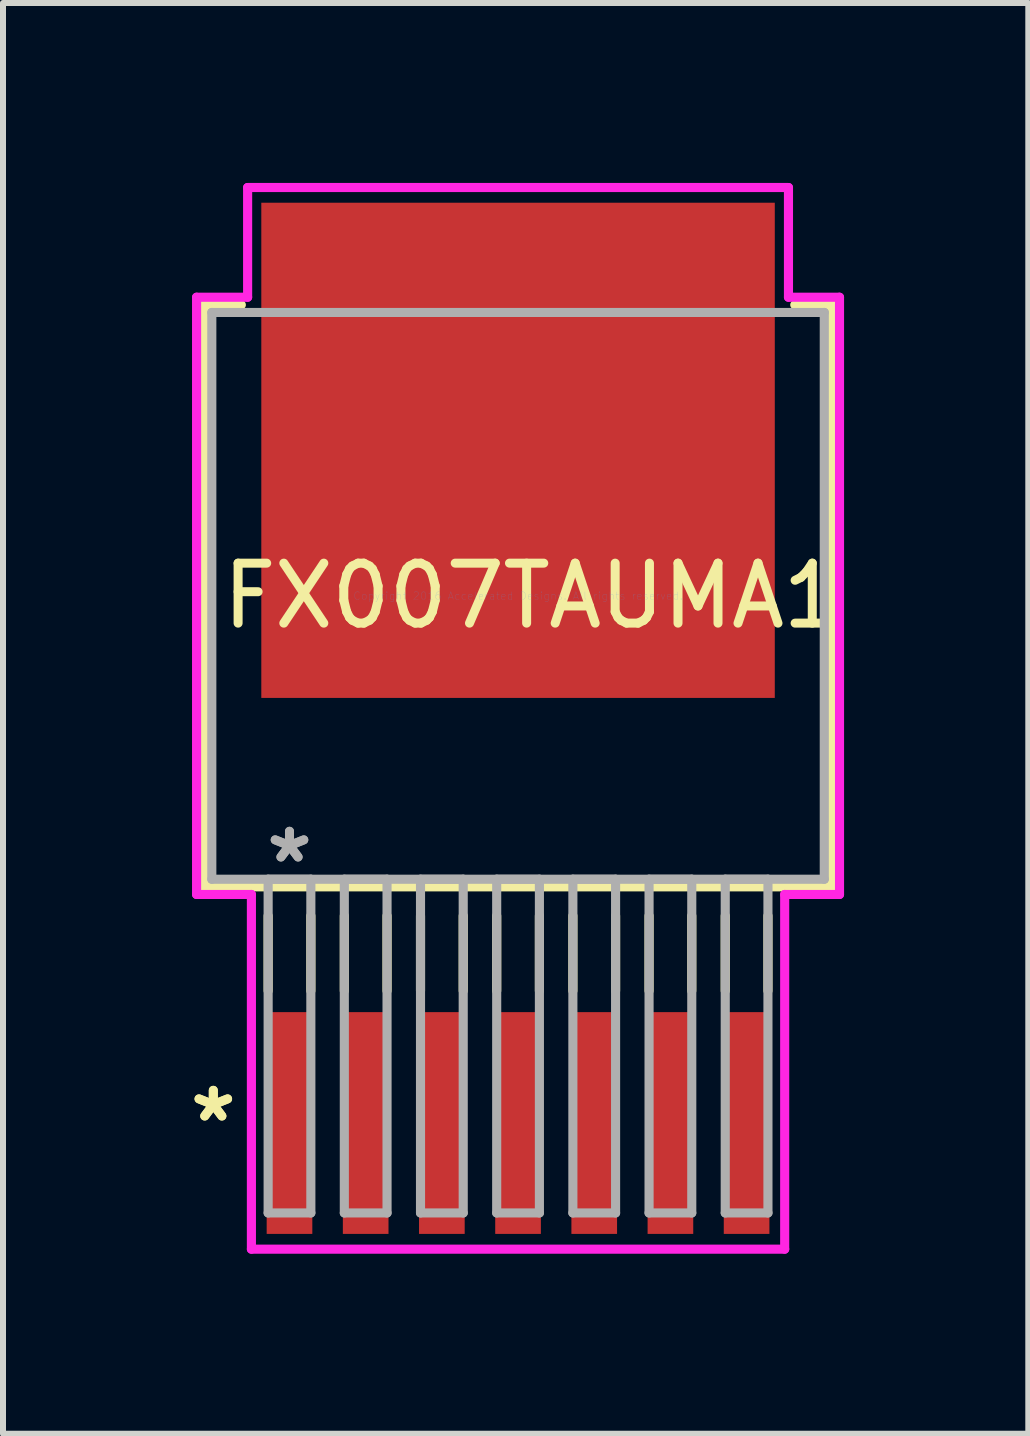
<source format=kicad_pcb>
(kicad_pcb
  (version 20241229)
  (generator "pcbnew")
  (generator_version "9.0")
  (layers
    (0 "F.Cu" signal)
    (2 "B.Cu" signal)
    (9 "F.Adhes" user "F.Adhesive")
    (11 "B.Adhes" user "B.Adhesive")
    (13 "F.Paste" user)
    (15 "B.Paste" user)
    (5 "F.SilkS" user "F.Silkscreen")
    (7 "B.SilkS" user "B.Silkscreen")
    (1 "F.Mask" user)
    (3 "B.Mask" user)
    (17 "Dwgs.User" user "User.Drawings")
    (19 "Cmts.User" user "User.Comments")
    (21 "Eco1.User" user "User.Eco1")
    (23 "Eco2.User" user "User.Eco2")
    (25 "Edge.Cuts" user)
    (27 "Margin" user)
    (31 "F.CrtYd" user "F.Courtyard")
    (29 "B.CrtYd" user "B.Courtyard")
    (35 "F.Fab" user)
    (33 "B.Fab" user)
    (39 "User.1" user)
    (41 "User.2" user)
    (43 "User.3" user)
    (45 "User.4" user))
  (footprint "IFX007TAUMA1"
    (layer "F.Cu")
    (at 5.586 6.883)
    (property "Reference" "IFX007TAUMA1" (at 0 0 0) (layer "F.SilkS") (effects (font (size 1 1) (thickness 0.15))))
    (attr through_hole)
    (fp_line (start -5.232 -4.851) (end -5.232 4.851) (stroke (width 0.152) (type solid)) (layer "F.SilkS"))
    (fp_line (start -5.232 4.851) (end 5.232 4.851) (stroke (width 0.152) (type solid)) (layer "F.SilkS"))
    (fp_line (start -4.613 -4.851) (end -5.232 -4.851) (stroke (width 0.152) (type solid)) (layer "F.SilkS"))
    (fp_line (start -4.166 5.334) (end -4.166 6.584) (stroke (width 0.152) (type solid)) (layer "F.SilkS"))
    (fp_line (start -3.454 5.334) (end -3.454 6.584) (stroke (width 0.152) (type solid)) (layer "F.SilkS"))
    (fp_line (start -2.896 5.334) (end -2.896 6.584) (stroke (width 0.152) (type solid)) (layer "F.SilkS"))
    (fp_line (start -2.184 5.334) (end -2.184 6.584) (stroke (width 0.152) (type solid)) (layer "F.SilkS"))
    (fp_line (start -1.626 5.334) (end -1.626 6.584) (stroke (width 0.152) (type solid)) (layer "F.SilkS"))
    (fp_line (start -0.914 5.334) (end -0.914 6.584) (stroke (width 0.152) (type solid)) (layer "F.SilkS"))
    (fp_line (start -0.356 5.334) (end -0.356 6.584) (stroke (width 0.152) (type solid)) (layer "F.SilkS"))
    (fp_line (start 0.356 5.334) (end 0.356 6.584) (stroke (width 0.152) (type solid)) (layer "F.SilkS"))
    (fp_line (start 0.914 5.334) (end 0.914 6.584) (stroke (width 0.152) (type solid)) (layer "F.SilkS"))
    (fp_line (start 1.626 5.334) (end 1.626 6.584) (stroke (width 0.152) (type solid)) (layer "F.SilkS"))
    (fp_line (start 2.184 5.334) (end 2.184 6.584) (stroke (width 0.152) (type solid)) (layer "F.SilkS"))
    (fp_line (start 2.896 5.334) (end 2.896 6.584) (stroke (width 0.152) (type solid)) (layer "F.SilkS"))
    (fp_line (start 3.454 5.334) (end 3.454 6.584) (stroke (width 0.152) (type solid)) (layer "F.SilkS"))
    (fp_line (start 4.166 5.334) (end 4.166 6.584) (stroke (width 0.152) (type solid)) (layer "F.SilkS"))
    (fp_line (start 5.232 -4.851) (end 4.613 -4.851) (stroke (width 0.152) (type solid)) (layer "F.SilkS"))
    (fp_line (start 5.232 4.851) (end 5.232 -4.851) (stroke (width 0.152) (type solid)) (layer "F.SilkS"))
    (fp_line (start -5.359 -4.978) (end -4.508 -4.978) (stroke (width 0.152) (type solid)) (layer "F.CrtYd"))
    (fp_line (start -5.359 4.978) (end -5.359 -4.978) (stroke (width 0.152) (type solid)) (layer "F.CrtYd"))
    (fp_line (start -4.508 -6.807) (end 4.508 -6.807) (stroke (width 0.152) (type solid)) (layer "F.CrtYd"))
    (fp_line (start -4.508 -4.978) (end -4.508 -6.807) (stroke (width 0.152) (type solid)) (layer "F.CrtYd"))
    (fp_line (start -4.445 4.978) (end -5.359 4.978) (stroke (width 0.152) (type solid)) (layer "F.CrtYd"))
    (fp_line (start -4.445 10.891) (end -4.445 4.978) (stroke (width 0.152) (type solid)) (layer "F.CrtYd"))
    (fp_line (start 4.445 4.978) (end 4.445 10.891) (stroke (width 0.152) (type solid)) (layer "F.CrtYd"))
    (fp_line (start 4.445 10.891) (end -4.445 10.891) (stroke (width 0.152) (type solid)) (layer "F.CrtYd"))
    (fp_line (start 4.508 -6.807) (end 4.508 -4.978) (stroke (width 0.152) (type solid)) (layer "F.CrtYd"))
    (fp_line (start 4.508 -4.978) (end 5.359 -4.978) (stroke (width 0.152) (type solid)) (layer "F.CrtYd"))
    (fp_line (start 5.359 -4.978) (end 5.359 4.978) (stroke (width 0.152) (type solid)) (layer "F.CrtYd"))
    (fp_line (start 5.359 4.978) (end 4.445 4.978) (stroke (width 0.152) (type solid)) (layer "F.CrtYd"))
    (fp_line (start -5.105 -4.724) (end -5.105 4.724) (stroke (width 0.152) (type solid)) (layer "F.Fab"))
    (fp_line (start -5.105 4.724) (end 5.105 4.724) (stroke (width 0.152) (type solid)) (layer "F.Fab"))
    (fp_line (start -4.166 4.724) (end -4.166 10.287) (stroke (width 0.152) (type solid)) (layer "F.Fab"))
    (fp_line (start -4.166 10.287) (end -3.454 10.287) (stroke (width 0.152) (type solid)) (layer "F.Fab"))
    (fp_line (start -3.454 4.724) (end -4.166 4.724) (stroke (width 0.152) (type solid)) (layer "F.Fab"))
    (fp_line (start -3.454 10.287) (end -3.454 4.724) (stroke (width 0.152) (type solid)) (layer "F.Fab"))
    (fp_line (start -2.896 4.724) (end -2.896 10.287) (stroke (width 0.152) (type solid)) (layer "F.Fab"))
    (fp_line (start -2.896 10.287) (end -2.184 10.287) (stroke (width 0.152) (type solid)) (layer "F.Fab"))
    (fp_line (start -2.184 4.724) (end -2.896 4.724) (stroke (width 0.152) (type solid)) (layer "F.Fab"))
    (fp_line (start -2.184 10.287) (end -2.184 4.724) (stroke (width 0.152) (type solid)) (layer "F.Fab"))
    (fp_line (start -1.626 4.724) (end -1.626 10.287) (stroke (width 0.152) (type solid)) (layer "F.Fab"))
    (fp_line (start -1.626 10.287) (end -0.914 10.287) (stroke (width 0.152) (type solid)) (layer "F.Fab"))
    (fp_line (start -0.914 4.724) (end -1.626 4.724) (stroke (width 0.152) (type solid)) (layer "F.Fab"))
    (fp_line (start -0.914 10.287) (end -0.914 4.724) (stroke (width 0.152) (type solid)) (layer "F.Fab"))
    (fp_line (start -0.356 4.724) (end -0.356 10.287) (stroke (width 0.152) (type solid)) (layer "F.Fab"))
    (fp_line (start -0.356 10.287) (end 0.356 10.287) (stroke (width 0.152) (type solid)) (layer "F.Fab"))
    (fp_line (start 0.356 4.724) (end -0.356 4.724) (stroke (width 0.152) (type solid)) (layer "F.Fab"))
    (fp_line (start 0.356 10.287) (end 0.356 4.724) (stroke (width 0.152) (type solid)) (layer "F.Fab"))
    (fp_line (start 0.914 4.724) (end 0.914 10.287) (stroke (width 0.152) (type solid)) (layer "F.Fab"))
    (fp_line (start 0.914 10.287) (end 1.626 10.287) (stroke (width 0.152) (type solid)) (layer "F.Fab"))
    (fp_line (start 1.626 4.724) (end 0.914 4.724) (stroke (width 0.152) (type solid)) (layer "F.Fab"))
    (fp_line (start 1.626 10.287) (end 1.626 4.724) (stroke (width 0.152) (type solid)) (layer "F.Fab"))
    (fp_line (start 2.184 4.724) (end 2.184 10.287) (stroke (width 0.152) (type solid)) (layer "F.Fab"))
    (fp_line (start 2.184 10.287) (end 2.896 10.287) (stroke (width 0.152) (type solid)) (layer "F.Fab"))
    (fp_line (start 2.896 4.724) (end 2.184 4.724) (stroke (width 0.152) (type solid)) (layer "F.Fab"))
    (fp_line (start 2.896 10.287) (end 2.896 4.724) (stroke (width 0.152) (type solid)) (layer "F.Fab"))
    (fp_line (start 3.454 4.724) (end 3.454 10.287) (stroke (width 0.152) (type solid)) (layer "F.Fab"))
    (fp_line (start 3.454 10.287) (end 4.166 10.287) (stroke (width 0.152) (type solid)) (layer "F.Fab"))
    (fp_line (start 4.166 4.724) (end 3.454 4.724) (stroke (width 0.152) (type solid)) (layer "F.Fab"))
    (fp_line (start 4.166 10.287) (end 4.166 4.724) (stroke (width 0.152) (type solid)) (layer "F.Fab"))
    (fp_line (start 5.105 -4.724) (end -5.105 -4.724) (stroke (width 0.152) (type solid)) (layer "F.Fab"))
    (fp_line (start 5.105 4.724) (end 5.105 -4.724) (stroke (width 0.152) (type solid)) (layer "F.Fab"))
    (fp_text user "*" (at -5.08 8.788 0) (layer "F.SilkS") (effects (font (size 1 1) (thickness 0.15))))
    (fp_text user "*" (at -5.08 8.788 0) (layer "F.SilkS") (effects (font (size 1 1) (thickness 0.15))))
    (fp_text user "Copyright 2016 Accelerated Designs. All rights reserved." (at 0 0 0) (layer "Cmts.User") (effects (font (size 0.127 0.127) (thickness 0.002))))
    (fp_text user "*" (at -3.81 4.47 0) (layer "F.Fab") (effects (font (size 1 1) (thickness 0.15))))
    (fp_text user "*" (at -3.81 4.47 0) (layer "F.Fab") (effects (font (size 1 1) (thickness 0.15))))
    (pad "1" smd rect (at -3.81 8.788) (size 0.761 3.697) (layers "F.Cu" "F.Mask" "F.Paste"))
    (pad "2" smd rect (at -2.54 8.788) (size 0.761 3.697) (layers "F.Cu" "F.Mask" "F.Paste"))
    (pad "3" smd rect (at -1.27 8.788) (size 0.761 3.697) (layers "F.Cu" "F.Mask" "F.Paste"))
    (pad "4" smd rect (at 0 8.788) (size 0.761 3.697) (layers "F.Cu" "F.Mask" "F.Paste"))
    (pad "5" smd rect (at 1.27 8.788) (size 0.761 3.697) (layers "F.Cu" "F.Mask" "F.Paste"))
    (pad "6" smd rect (at 2.54 8.788) (size 0.761 3.697) (layers "F.Cu" "F.Mask" "F.Paste"))
    (pad "7" smd rect (at 3.81 8.788) (size 0.761 3.697) (layers "F.Cu" "F.Mask" "F.Paste"))
    (pad "8" smd rect (at 0 -2.426) (size 8.56 8.255) (layers "F.Cu" "F.Mask" "F.Paste")))
  (gr_rect
    (start -3 -3)
    (end 14.092 20.851)
    (stroke (width 0.1) (type default))
    (fill no)
    (layer "Edge.Cuts")))
</source>
